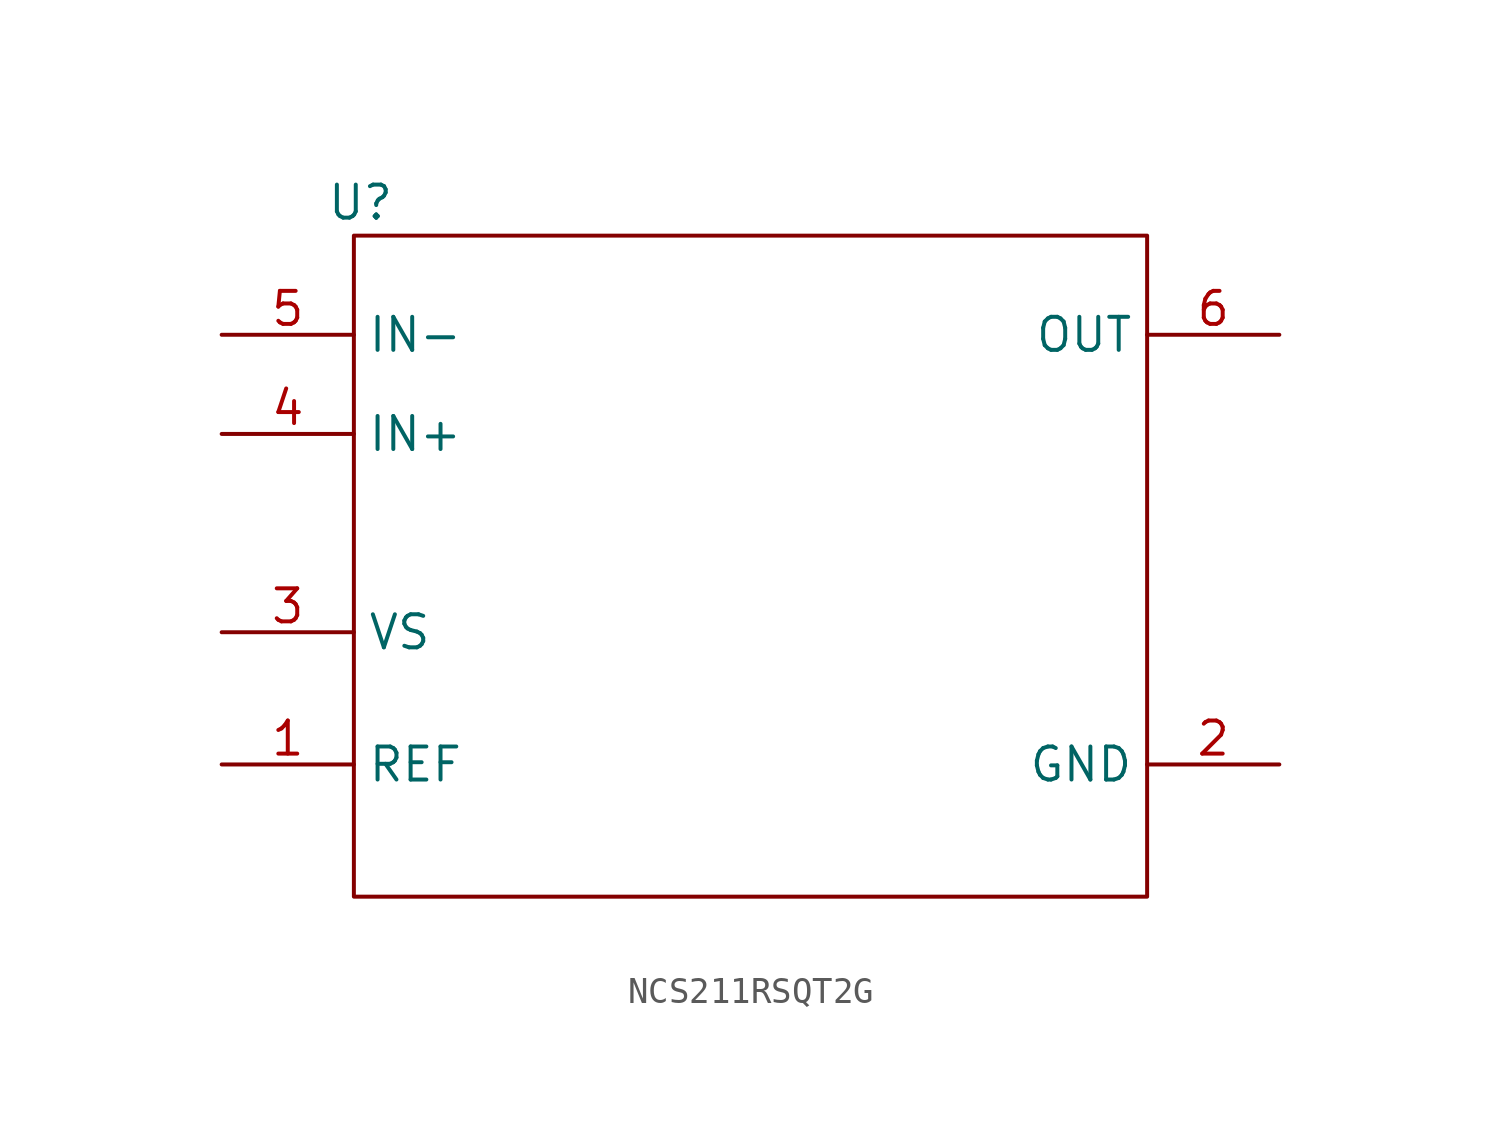
<source format=kicad_sym>
(kicad_symbol_lib
  (version 20241209)
  (generator "kicad_symbol_editor")
  (generator_version "9.0")
  (symbol "NCS211RSQT2G"
    (property "Reference" "U"
      (at -14.986 13.97 0)
      (effects (font (size 1.27 1.27))))
    (property "Value" ""
      (at 0 0 0)
      (effects (font (size 1.27 1.27))))
    (symbol "NCS211RSQT2G_0_1"
      (rectangle (start -15.24 12.7) (end 15.24 -12.7) (stroke (width 0) (type default)) (fill (type none))))
    (symbol "NCS211RSQT2G_1_1"
      (pin input line (at -20.32 8.89 0) (length 5.08) (name "IN-" (effects (font (size 1.27 1.27)))) (number "5" (effects (font (size 1.27 1.27)))))
      (pin input line (at -20.32 5.08 0) (length 5.08) (name "IN+" (effects (font (size 1.27 1.27)))) (number "4" (effects (font (size 1.27 1.27)))))
      (pin input line (at -20.32 -2.54 0) (length 5.08) (name "VS" (effects (font (size 1.27 1.27)))) (number "3" (effects (font (size 1.27 1.27)))))
      (pin input line (at -20.32 -7.62 0) (length 5.08) (name "REF" (effects (font (size 1.27 1.27)))) (number "1" (effects (font (size 1.27 1.27)))))
      (pin output line (at 20.32 8.89 180) (length 5.08) (name "OUT" (effects (font (size 1.27 1.27)))) (number "6" (effects (font (size 1.27 1.27)))))
      (pin power_out line (at 20.32 -7.62 180) (length 5.08) (name "GND" (effects (font (size 1.27 1.27)))) (number "2" (effects (font (size 1.27 1.27))))))))
</source>
